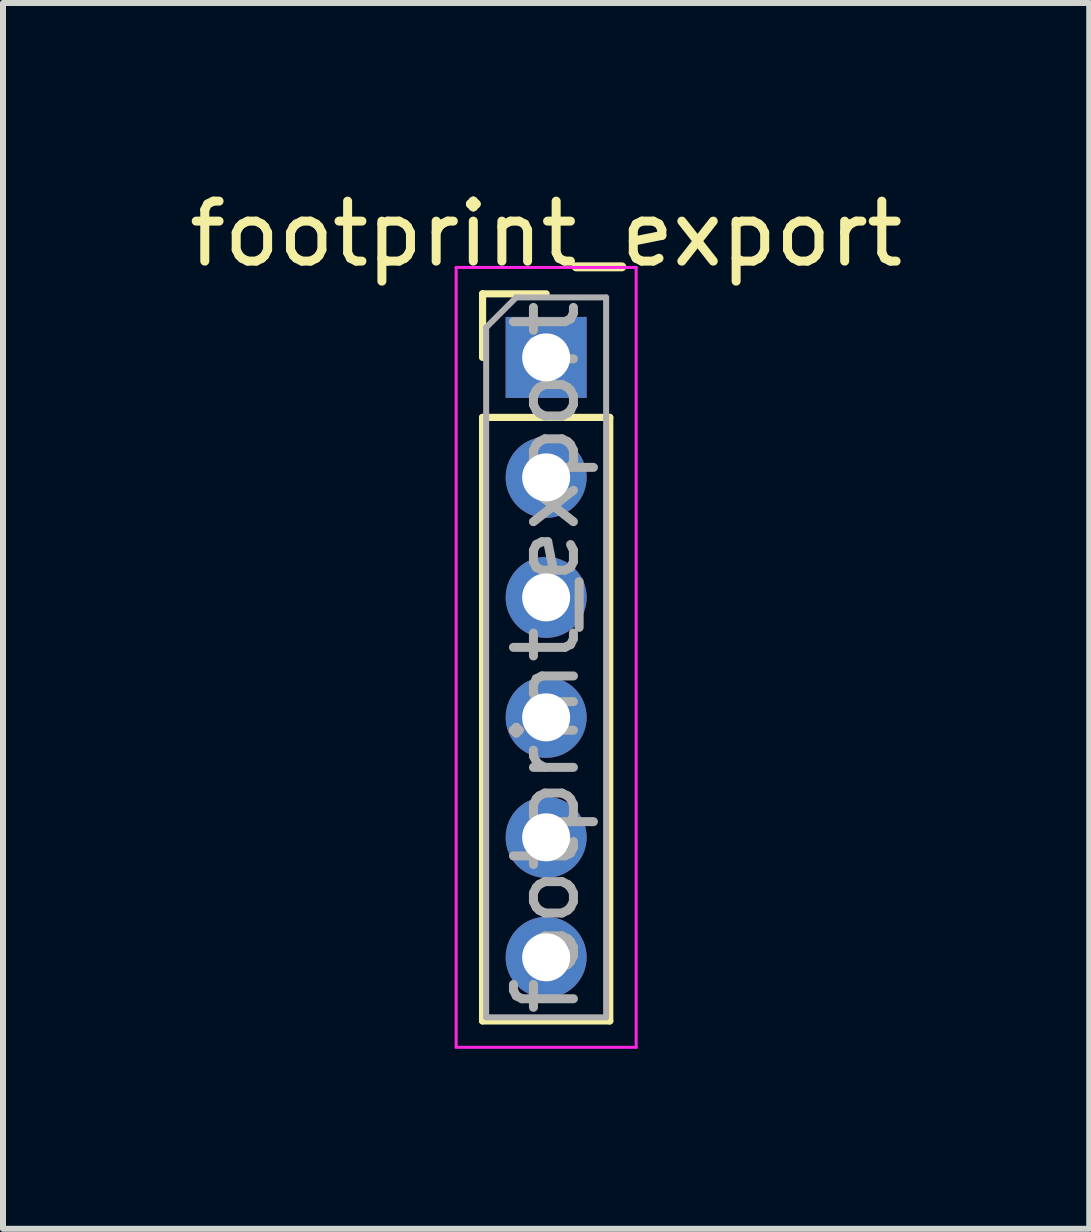
<source format=kicad_pcb>
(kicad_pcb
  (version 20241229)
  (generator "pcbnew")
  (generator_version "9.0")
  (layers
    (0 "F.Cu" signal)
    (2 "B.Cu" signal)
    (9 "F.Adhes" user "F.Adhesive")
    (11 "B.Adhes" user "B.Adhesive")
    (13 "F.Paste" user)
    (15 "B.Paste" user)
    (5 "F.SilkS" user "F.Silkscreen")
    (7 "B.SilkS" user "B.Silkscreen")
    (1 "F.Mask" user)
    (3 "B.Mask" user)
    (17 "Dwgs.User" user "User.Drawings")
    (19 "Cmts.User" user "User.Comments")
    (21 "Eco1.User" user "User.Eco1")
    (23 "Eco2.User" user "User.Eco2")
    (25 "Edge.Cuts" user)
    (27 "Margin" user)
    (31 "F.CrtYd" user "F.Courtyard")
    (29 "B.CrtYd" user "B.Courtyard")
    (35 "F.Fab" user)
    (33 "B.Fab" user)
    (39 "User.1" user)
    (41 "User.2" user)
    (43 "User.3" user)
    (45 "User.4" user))
  (footprint "footprint_export"
    (layer "F.Cu")
    (at 6.054 2.908)
    (property "Reference" "footprint_export" (at 0 -2.06 0) (layer "F.SilkS") (effects (font (size 1 1) (thickness 0.15))))
    (attr through_hole)
    (fp_line (start -1.06 -1.06) (end 0 -1.06) (stroke (width 0.12) (type solid)) (layer "F.SilkS"))
    (fp_line (start -1.06 0) (end -1.06 -1.06) (stroke (width 0.12) (type solid)) (layer "F.SilkS"))
    (fp_line (start -1.06 1) (end -1.06 11.06) (stroke (width 0.12) (type solid)) (layer "F.SilkS"))
    (fp_line (start -1.06 1) (end 1.06 1) (stroke (width 0.12) (type solid)) (layer "F.SilkS"))
    (fp_line (start -1.06 11.06) (end 1.06 11.06) (stroke (width 0.12) (type solid)) (layer "F.SilkS"))
    (fp_line (start 1.06 1) (end 1.06 11.06) (stroke (width 0.12) (type solid)) (layer "F.SilkS"))
    (fp_line (start -1.5 -1.5) (end -1.5 11.5) (stroke (width 0.05) (type solid)) (layer "F.CrtYd"))
    (fp_line (start -1.5 11.5) (end 1.5 11.5) (stroke (width 0.05) (type solid)) (layer "F.CrtYd"))
    (fp_line (start 1.5 -1.5) (end -1.5 -1.5) (stroke (width 0.05) (type solid)) (layer "F.CrtYd"))
    (fp_line (start 1.5 11.5) (end 1.5 -1.5) (stroke (width 0.05) (type solid)) (layer "F.CrtYd"))
    (fp_line (start -1 -0.5) (end -0.5 -1) (stroke (width 0.1) (type solid)) (layer "F.Fab"))
    (fp_line (start -1 11) (end -1 -0.5) (stroke (width 0.1) (type solid)) (layer "F.Fab"))
    (fp_line (start -0.5 -1) (end 1 -1) (stroke (width 0.1) (type solid)) (layer "F.Fab"))
    (fp_line (start 1 -1) (end 1 11) (stroke (width 0.1) (type solid)) (layer "F.Fab"))
    (fp_line (start 1 11) (end -1 11) (stroke (width 0.1) (type solid)) (layer "F.Fab"))
    (fp_text user "${REFERENCE}" (at 0 5 90) (layer "F.Fab") (effects (font (size 1 1) (thickness 0.15))))
    (pad "1" thru_hole rect (at 0 0) (size 1.35 1.35) (drill 0.8) (layers "*.Cu" "*.Mask"))
    (pad "2" thru_hole oval (at 0 2) (size 1.35 1.35) (drill 0.8) (layers "*.Cu" "*.Mask"))
    (pad "3" thru_hole oval (at 0 4) (size 1.35 1.35) (drill 0.8) (layers "*.Cu" "*.Mask"))
    (pad "4" thru_hole oval (at 0 6) (size 1.35 1.35) (drill 0.8) (layers "*.Cu" "*.Mask"))
    (pad "5" thru_hole oval (at 0 8) (size 1.35 1.35) (drill 0.8) (layers "*.Cu" "*.Mask"))
    (pad "6" thru_hole oval (at 0 10) (size 1.35 1.35) (drill 0.8) (layers "*.Cu" "*.Mask")))
  (gr_rect
    (start -3 -3)
    (end 15.107 17.433)
    (stroke (width 0.1) (type default))
    (fill no)
    (layer "Edge.Cuts")))
</source>
